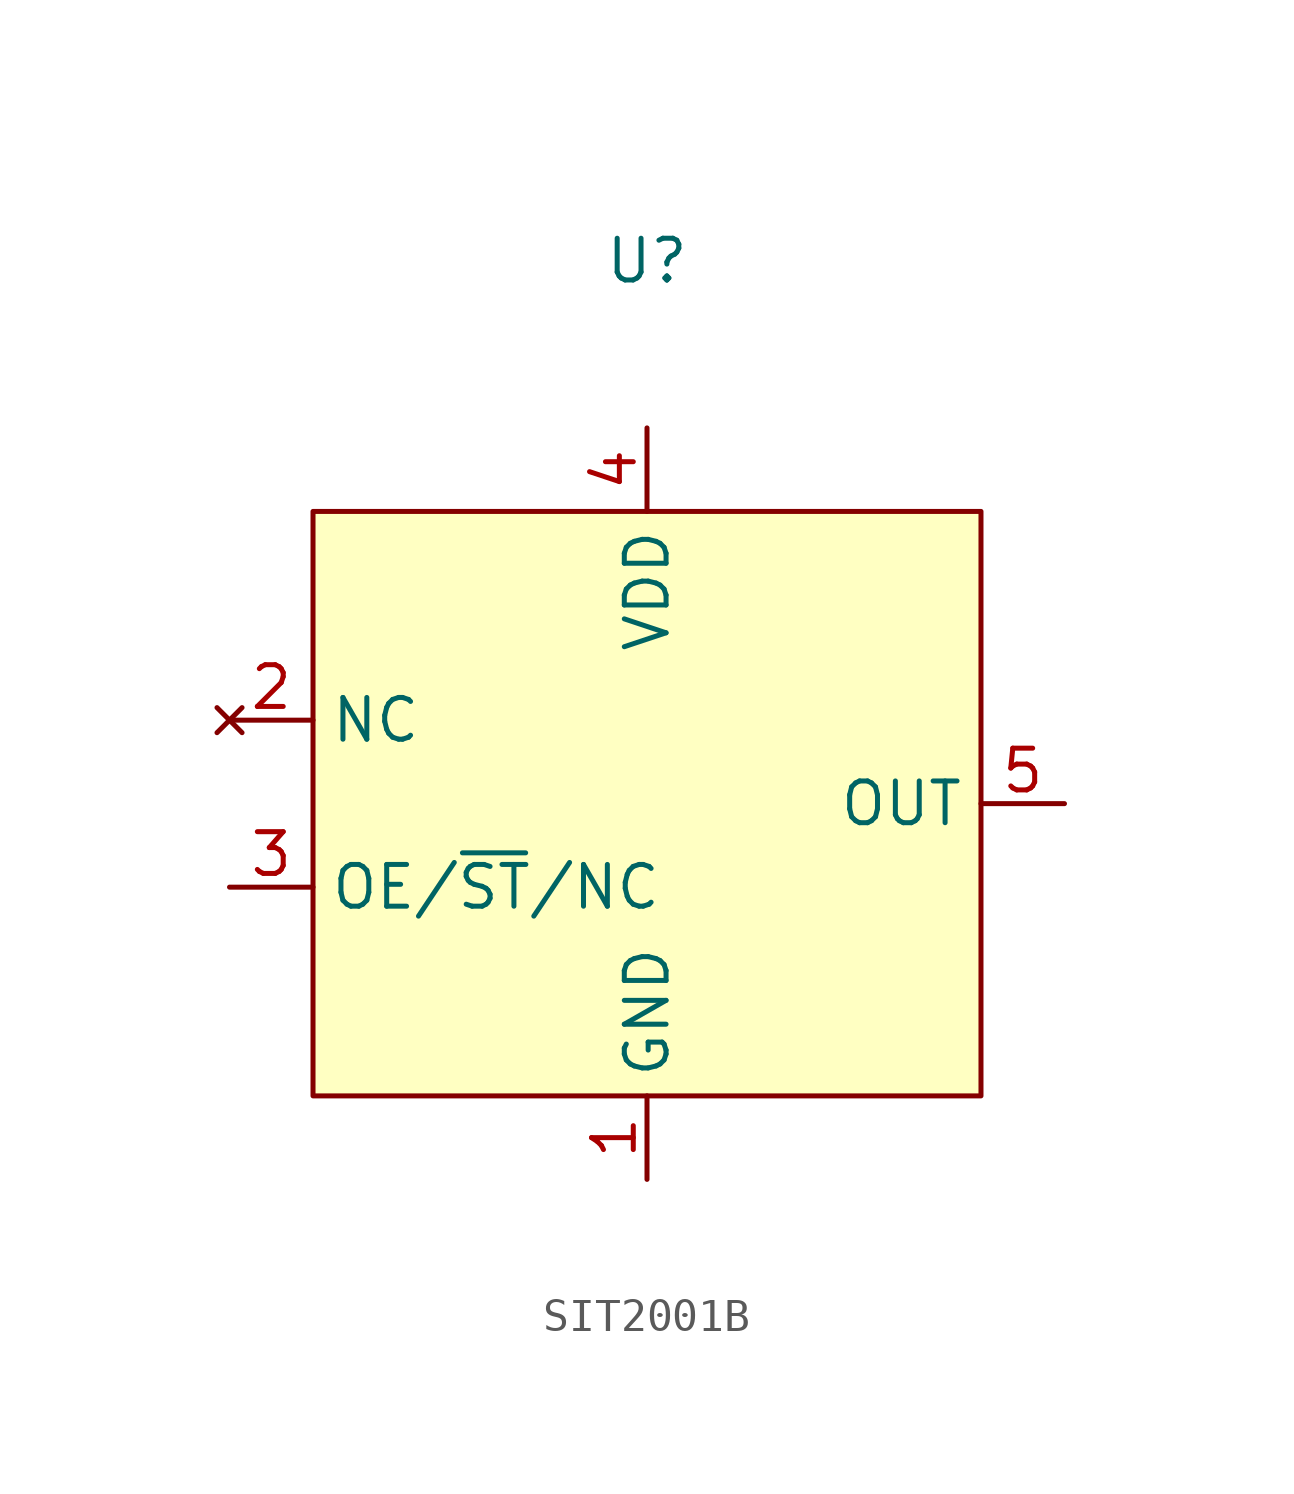
<source format=kicad_sym>
(kicad_symbol_lib
  (version 20220914)
  (generator kicad_symbol_editor)
  (symbol "SIT2001B"
    (property "Reference" "U"
      (at 0 16.51 0)
      (effects (font (size 1.27 1.27))))
    (property "Value" ""
      (at 0 3.81 0)
      (effects (font (size 1.27 1.27))))
    (symbol "SIT2001B_1_1"
      (rectangle (start -10.16 8.89) (end 10.16 -8.89) (stroke (width 0) (type default)) (fill (type background)))
      (pin power_in line (at 0 -11.43 90) (length 2.54) (name "GND" (effects (font (size 1.27 1.27)))) (number "1" (effects (font (size 1.27 1.27)))))
      (pin no_connect line (at -12.7 2.54 0) (length 2.54) (name "NC" (effects (font (size 1.27 1.27)))) (number "2" (effects (font (size 1.27 1.27)))))
      (pin input line (at -12.7 -2.54 0) (length 2.54) (name "OE/~{ST}/NC" (effects (font (size 1.27 1.27)))) (number "3" (effects (font (size 1.27 1.27)))))
      (pin power_in line (at 0 11.43 270) (length 2.54) (name "VDD" (effects (font (size 1.27 1.27)))) (number "4" (effects (font (size 1.27 1.27)))))
      (pin output line (at 12.7 0 180) (length 2.54) (name "OUT" (effects (font (size 1.27 1.27)))) (number "5" (effects (font (size 1.27 1.27))))))))
</source>
